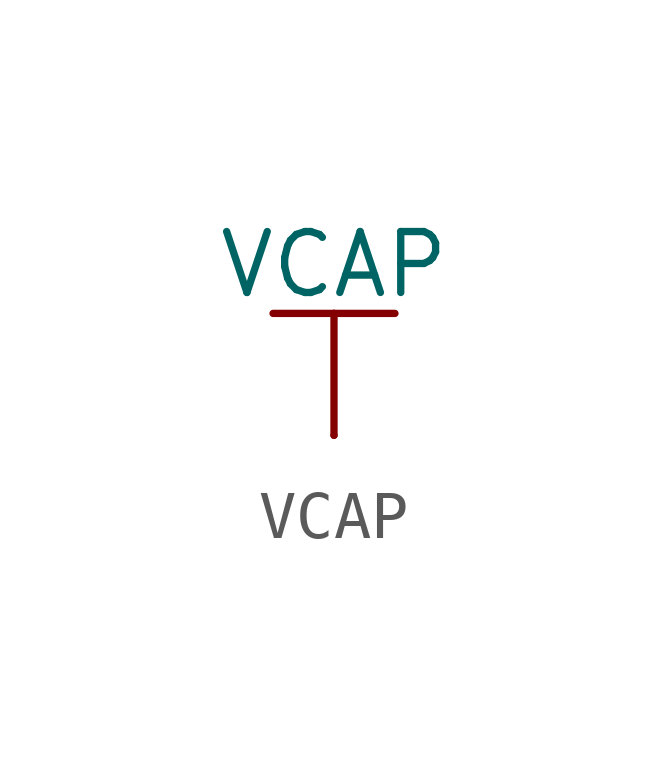
<source format=kicad_sym>
(kicad_symbol_lib
  (version 20241209)
  (generator "kicad_symbol_editor")
  (generator_version "9.0")
  (symbol "VCAP"
    (power)
    (pin_numbers
      (hide yes))
    (pin_names
      (offset 0)
      (hide yes))
    (property "Reference" "#PWR"
      (at 0 0 0)
      (effects (font (size 1.27 1.27)) (hide yes)))
    (property "Value" "VCAP"
      (at 0 3.556 0)
      (do_not_autoplace)
      (effects (font (size 1.27 1.27))))
    (symbol "VCAP_0_1"
      (polyline (pts (xy -1.27 2.54) (xy 0 2.54)) (stroke (width 0) (type default)) (fill (type none)))
      (polyline (pts (xy 0 2.54) (xy 1.27 2.54)) (stroke (width 0) (type default)) (fill (type none)))
      (polyline (pts (xy 0 0) (xy 0 2.54)) (stroke (width 0) (type default)) (fill (type none))))
    (symbol "VCAP_1_1"
      (pin power_in line (at 0 0 90) (length 0) (name "~" (effects (font (size 1.27 1.27)))) (number "1" (effects (font (size 1.27 1.27))))))))
</source>
